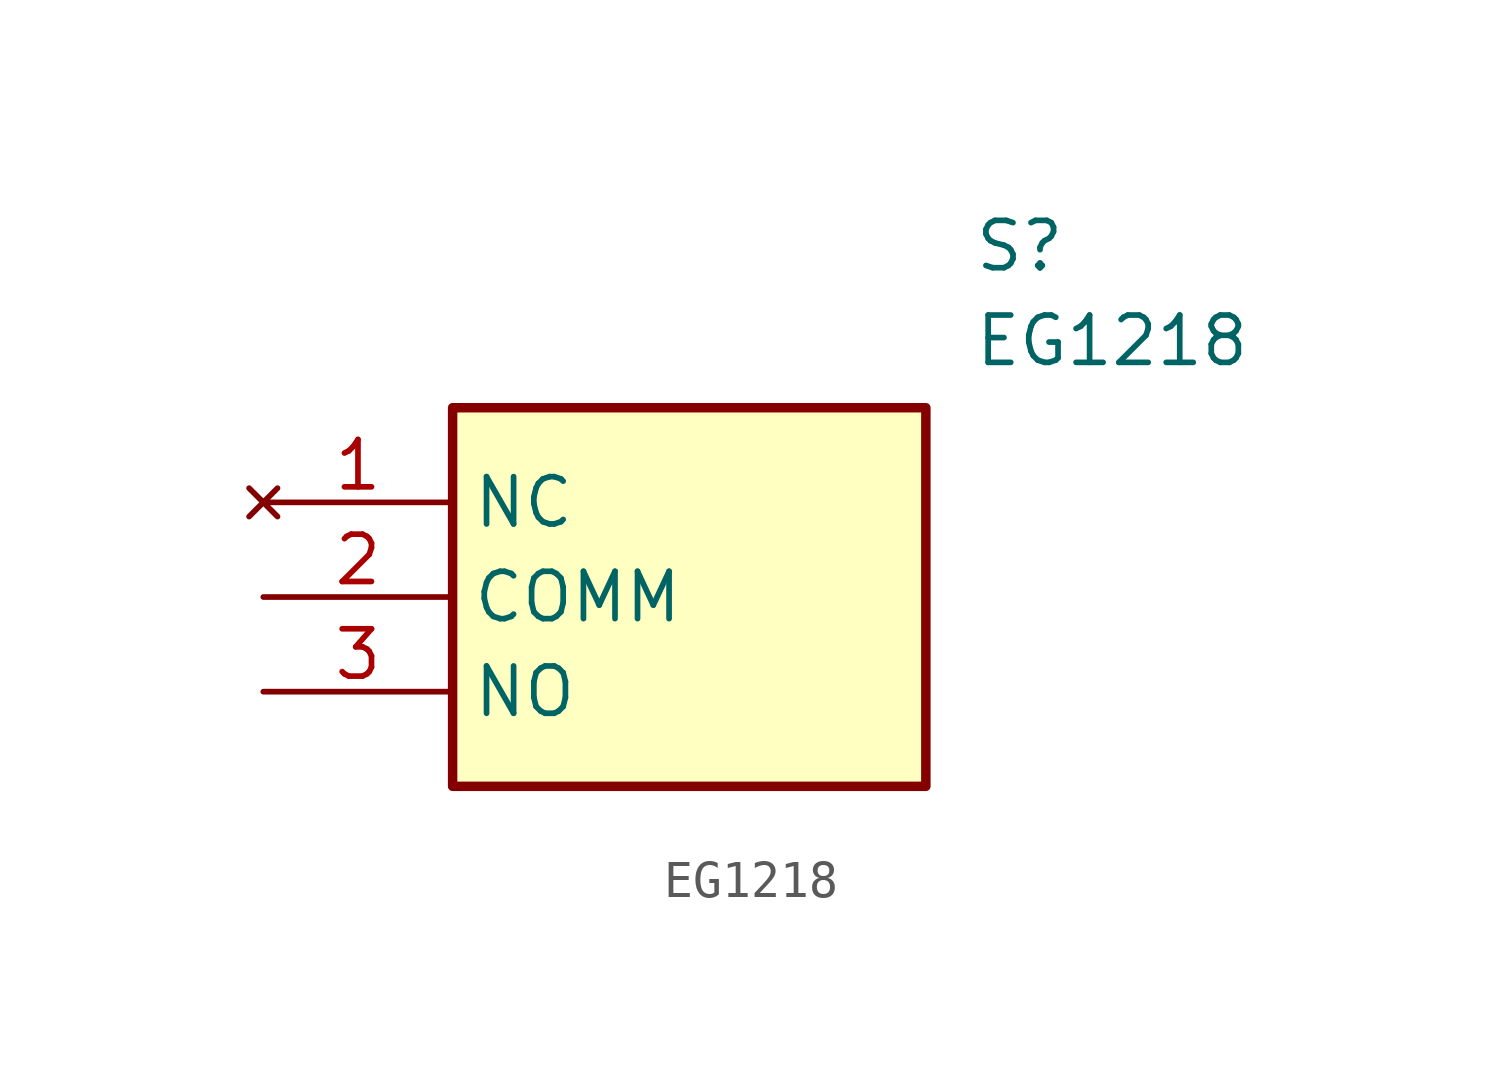
<source format=kicad_sym>
(kicad_symbol_lib
  (version 20211014)
  (generator SamacSys_ECAD_Model)
  (symbol "EG1218"
    (property "Reference" "S"
      (at 19.05 7.62 0)
      (effects (font (size 1.27 1.27)) (justify left top)))
    (property "Value" "EG1218"
      (at 19.05 5.08 0)
      (effects (font (size 1.27 1.27)) (justify left top)))
    (rectangle
      (start 5.08 2.54)
      (end 17.78 -7.62)
      (stroke (width 0.254) (type default))
      (fill (type background)))
    (pin no_connect line
      (at 0 0 0)
      (length 5.08)
      (name "NC" (effects (font (size 1.27 1.27))))
      (number "1" (effects (font (size 1.27 1.27)))))
    (pin passive line
      (at 0 -2.54 0)
      (length 5.08)
      (name "COMM" (effects (font (size 1.27 1.27))))
      (number "2" (effects (font (size 1.27 1.27)))))
    (pin passive line
      (at 0 -5.08 0)
      (length 5.08)
      (name "NO" (effects (font (size 1.27 1.27))))
      (number "3" (effects (font (size 1.27 1.27)))))))
</source>
